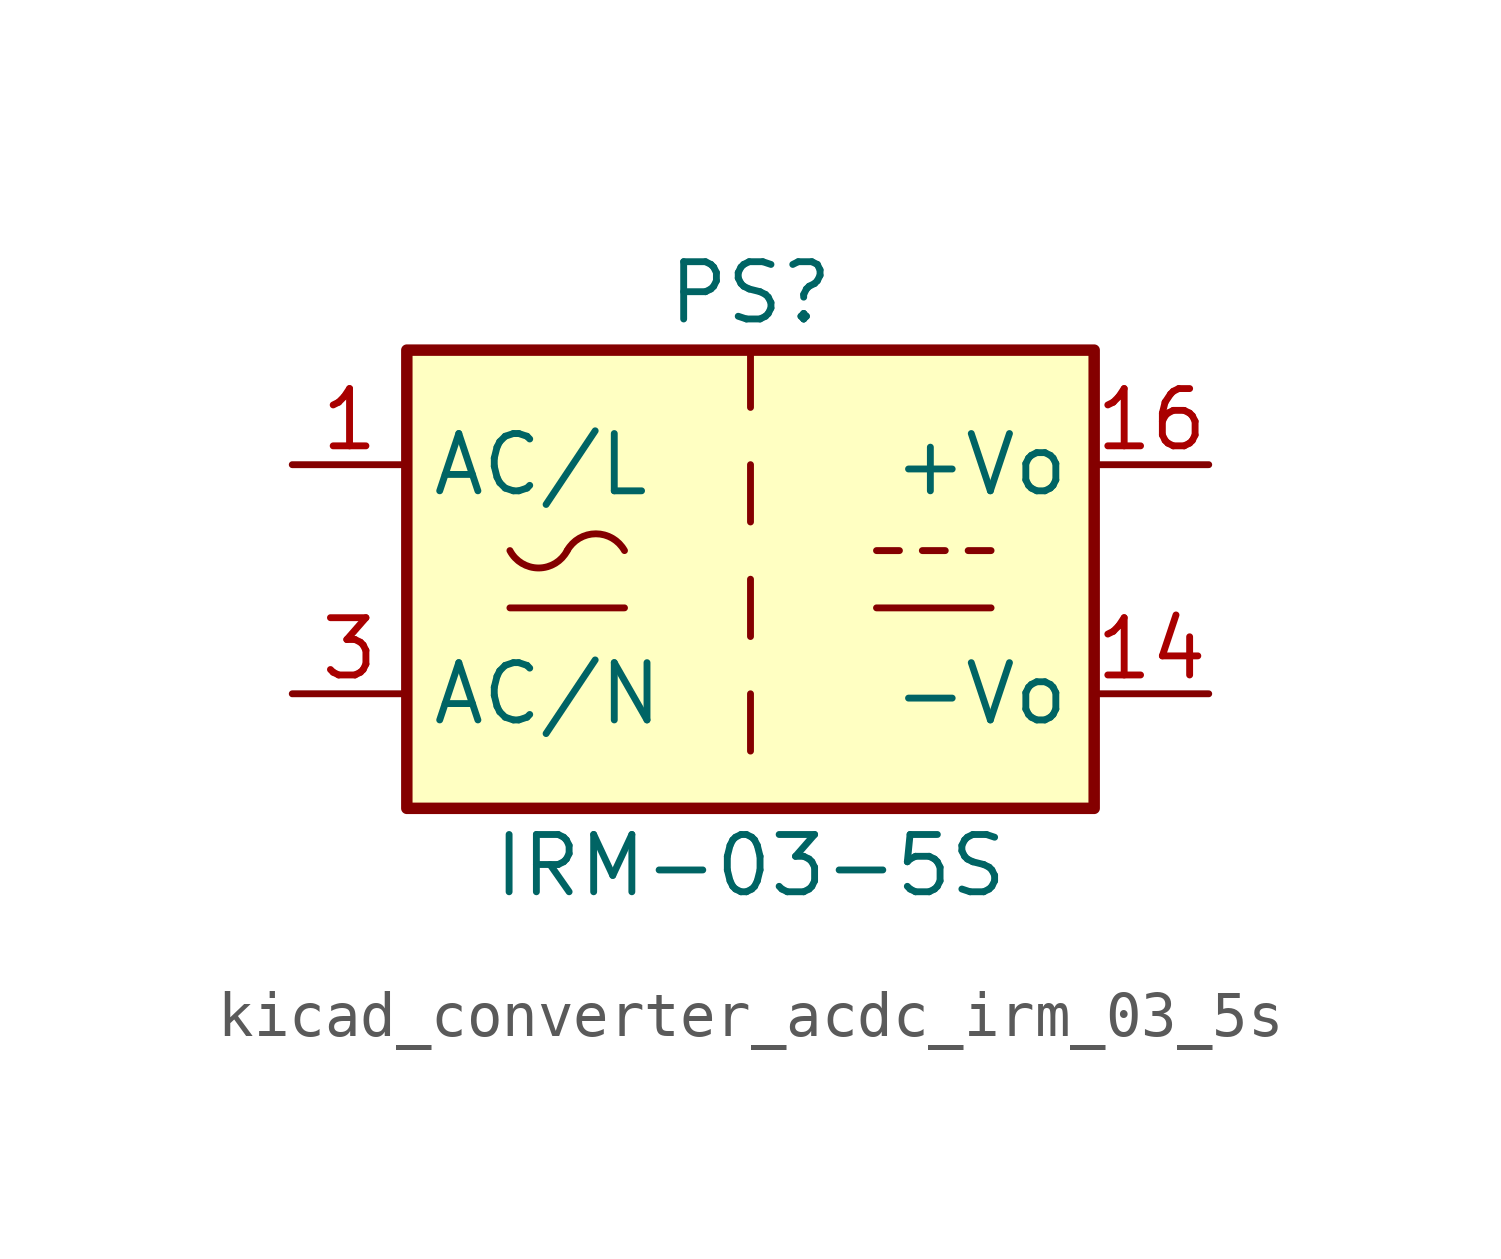
<source format=kicad_sym>
(kicad_symbol_lib
  (version 20220914)
  (generator kicad_symbol_editor)
  (symbol "kicad_converter_acdc_irm_03_5s"
    (property "Reference" "PS"
      (at 0 6.35 0)
      (effects (font (size 1.27 1.27))))
    (property "Value" "IRM-03-5S"
      (at 0 -6.35 0)
      (effects (font (size 1.27 1.27))))
    (symbol "kicad_converter_acdc_irm_03_5s_0_1"
      (rectangle (start -7.62 5.08) (end 7.62 -5.08) (stroke (width 0.254) (type default)) (fill (type background)))
      (arc (start -5.334 0.635) (mid -4.699 0.2495) (end -4.064 0.635) (stroke (width 0) (type default)) (fill (type none)))
      (arc (start -2.794 0.635) (mid -3.429 1.0072) (end -4.064 0.635) (stroke (width 0) (type default)) (fill (type none)))
      (polyline (pts (xy -5.334 -0.635) (xy -2.794 -0.635)) (stroke (width 0) (type default)) (fill (type none)))
      (polyline (pts (xy 0 -2.54) (xy 0 -3.81)) (stroke (width 0) (type default)) (fill (type none)))
      (polyline (pts (xy 0 0) (xy 0 -1.27)) (stroke (width 0) (type default)) (fill (type none)))
      (polyline (pts (xy 0 2.54) (xy 0 1.27)) (stroke (width 0) (type default)) (fill (type none)))
      (polyline (pts (xy 0 5.08) (xy 0 3.81)) (stroke (width 0) (type default)) (fill (type none)))
      (polyline (pts (xy 2.794 -0.635) (xy 5.334 -0.635)) (stroke (width 0) (type default)) (fill (type none)))
      (polyline (pts (xy 2.794 0.635) (xy 3.302 0.635)) (stroke (width 0) (type default)) (fill (type none)))
      (polyline (pts (xy 3.81 0.635) (xy 4.318 0.635)) (stroke (width 0) (type default)) (fill (type none)))
      (polyline (pts (xy 4.826 0.635) (xy 5.334 0.635)) (stroke (width 0) (type default)) (fill (type none))))
    (symbol "kicad_converter_acdc_irm_03_5s_1_1"
      (pin power_in line (at -10.16 2.54 0) (length 2.54) (name "AC/L" (effects (font (size 1.27 1.27)))) (number "1" (effects (font (size 1.27 1.27)))))
      (pin power_out line (at 10.16 -2.54 180) (length 2.54) (name "-Vo" (effects (font (size 1.27 1.27)))) (number "14" (effects (font (size 1.27 1.27)))))
      (pin power_out line (at 10.16 2.54 180) (length 2.54) (name "+Vo" (effects (font (size 1.27 1.27)))) (number "16" (effects (font (size 1.27 1.27)))))
      (pin power_in line (at -10.16 -2.54 0) (length 2.54) (name "AC/N" (effects (font (size 1.27 1.27)))) (number "3" (effects (font (size 1.27 1.27))))))))
</source>
